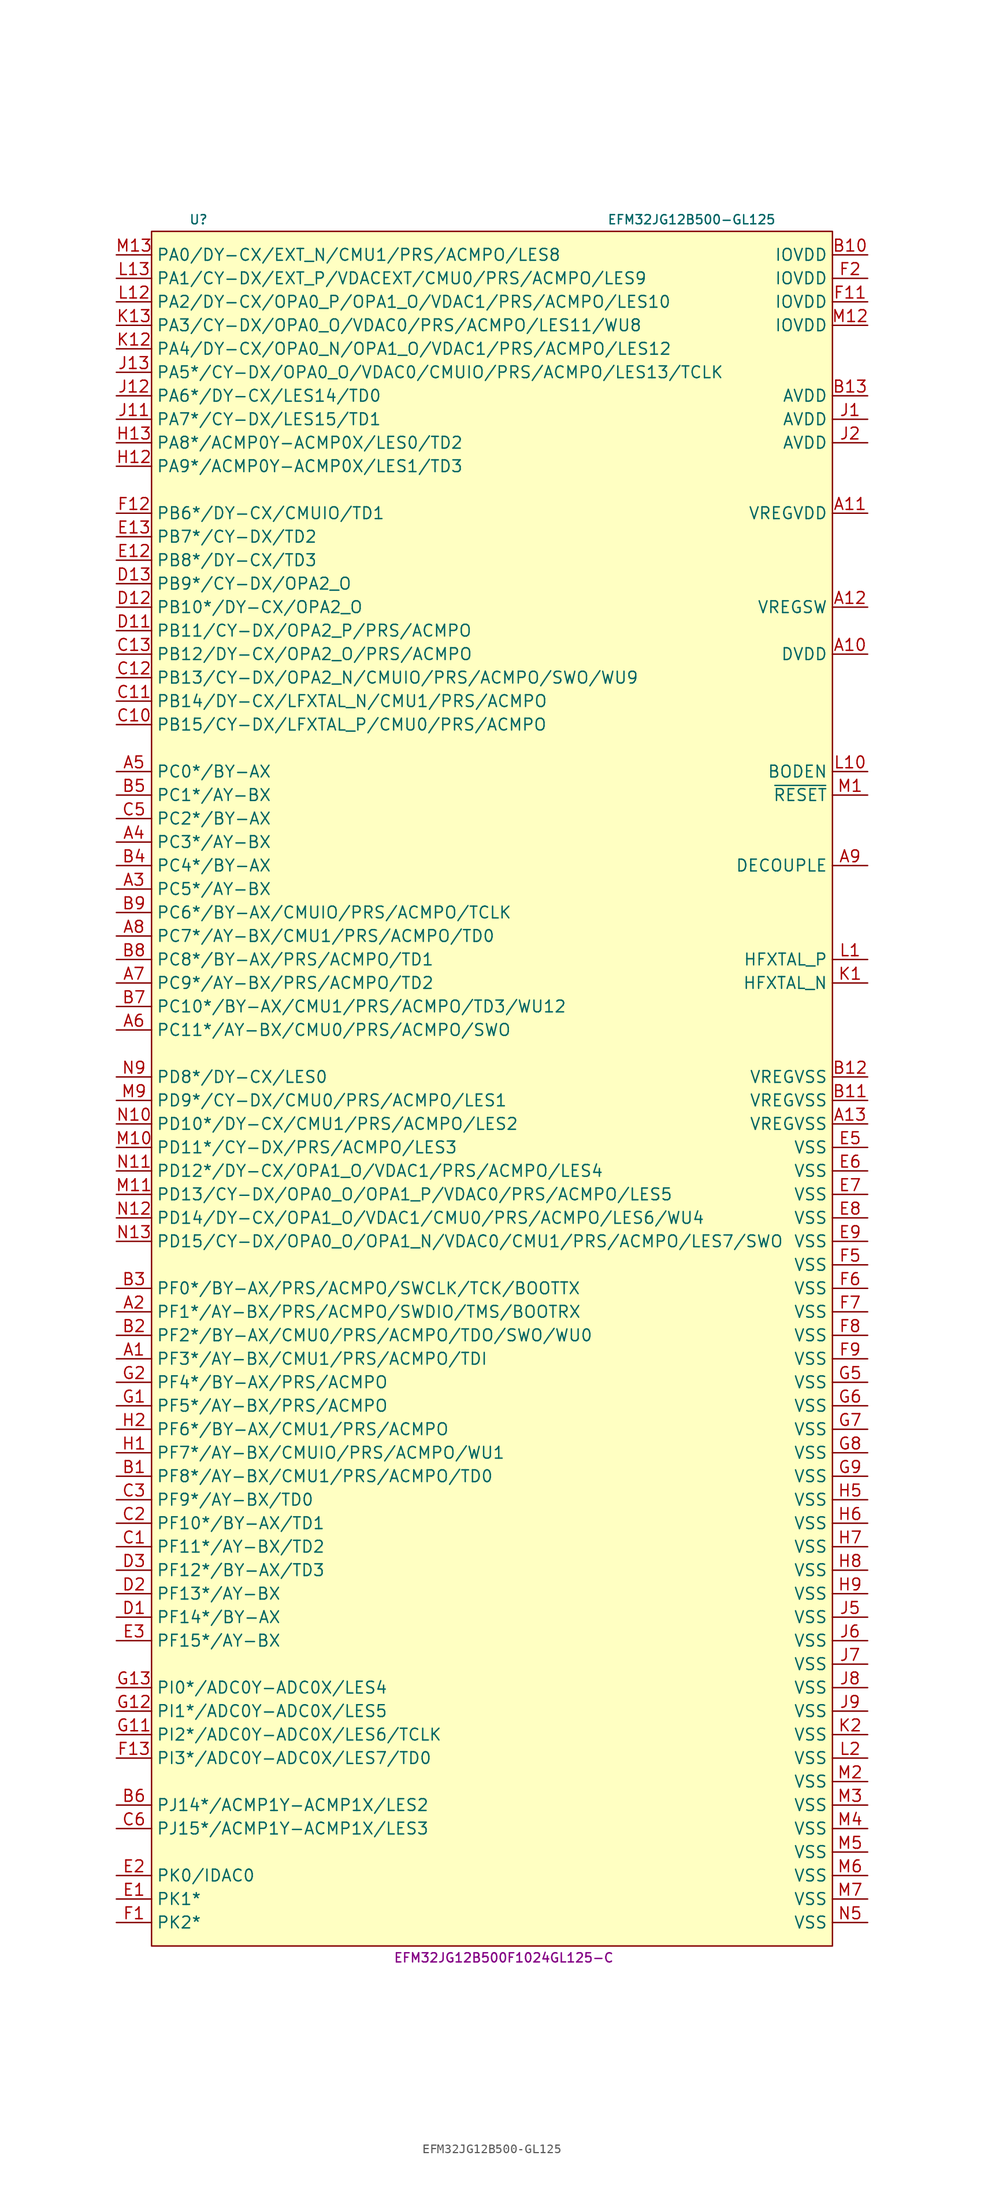
<source format=kicad_sym>
(kicad_symbol_lib
  (version 20231120)
  (generator "kicad_symbol_editor")
  (generator_version "8.0")
  (symbol "EFM32JG12B500-GL125"
    (property "Reference" "U"
      (at -33.02 44.45 0)
      (effects (font (size 0.991 0.991))))
    (property "Value" "EFM32JG12B500-GL125"
      (at 20.32 44.45 0)
      (effects (font (size 0.991 0.991))))
    (property "MPN" "EFM32JG12B500F1024GL125-C"
      (at 0 -143.51 0)
      (effects (font (size 0.991 0.991))))
    (symbol "EFM32JG12B500-GL125_0_1"
      (rectangle (start -38.1 43.18) (end 35.56 -142.24) (stroke (width 0) (type default)) (fill (type background))))
    (symbol "EFM32JG12B500-GL125_1_1"
      (pin bidirectional line (at -41.91 -78.74 0) (length 3.81) (name "PF3*/AY-BX/CMU1/PRS/ACMPO/TDI" (effects (font (size 1.27 1.27)))) (number "A1" (effects (font (size 1.27 1.27)))))
      (pin power_in line (at 39.37 -2.54 180) (length 3.81) (name "DVDD" (effects (font (size 1.27 1.27)))) (number "A10" (effects (font (size 1.27 1.27)))))
      (pin power_in line (at 39.37 12.7 180) (length 3.81) (name "VREGVDD" (effects (font (size 1.27 1.27)))) (number "A11" (effects (font (size 1.27 1.27)))))
      (pin power_out line (at 39.37 2.54 180) (length 3.81) (name "VREGSW" (effects (font (size 1.27 1.27)))) (number "A12" (effects (font (size 1.27 1.27)))))
      (pin power_in line (at 39.37 -53.34 180) (length 3.81) (name "VREGVSS" (effects (font (size 1.27 1.27)))) (number "A13" (effects (font (size 1.27 1.27)))))
      (pin bidirectional line (at -41.91 -73.66 0) (length 3.81) (name "PF1*/AY-BX/PRS/ACMPO/SWDIO/TMS/BOOTRX" (effects (font (size 1.27 1.27)))) (number "A2" (effects (font (size 1.27 1.27)))))
      (pin bidirectional line (at -41.91 -27.94 0) (length 3.81) (name "PC5*/AY-BX" (effects (font (size 1.27 1.27)))) (number "A3" (effects (font (size 1.27 1.27)))))
      (pin bidirectional line (at -41.91 -22.86 0) (length 3.81) (name "PC3*/AY-BX" (effects (font (size 1.27 1.27)))) (number "A4" (effects (font (size 1.27 1.27)))))
      (pin bidirectional line (at -41.91 -15.24 0) (length 3.81) (name "PC0*/BY-AX" (effects (font (size 1.27 1.27)))) (number "A5" (effects (font (size 1.27 1.27)))))
      (pin bidirectional line (at -41.91 -43.18 0) (length 3.81) (name "PC11*/AY-BX/CMU0/PRS/ACMPO/SWO" (effects (font (size 1.27 1.27)))) (number "A6" (effects (font (size 1.27 1.27)))))
      (pin bidirectional line (at -41.91 -38.1 0) (length 3.81) (name "PC9*/AY-BX/PRS/ACMPO/TD2" (effects (font (size 1.27 1.27)))) (number "A7" (effects (font (size 1.27 1.27)))))
      (pin bidirectional line (at -41.91 -33.02 0) (length 3.81) (name "PC7*/AY-BX/CMU1/PRS/ACMPO/TD0" (effects (font (size 1.27 1.27)))) (number "A8" (effects (font (size 1.27 1.27)))))
      (pin power_out line (at 39.37 -25.4 180) (length 3.81) (name "DECOUPLE" (effects (font (size 1.27 1.27)))) (number "A9" (effects (font (size 1.27 1.27)))))
      (pin bidirectional line (at -41.91 -91.44 0) (length 3.81) (name "PF8*/AY-BX/CMU1/PRS/ACMPO/TD0" (effects (font (size 1.27 1.27)))) (number "B1" (effects (font (size 1.27 1.27)))))
      (pin power_in line (at 39.37 40.64 180) (length 3.81) (name "IOVDD" (effects (font (size 1.27 1.27)))) (number "B10" (effects (font (size 1.27 1.27)))))
      (pin power_in line (at 39.37 -50.8 180) (length 3.81) (name "VREGVSS" (effects (font (size 1.27 1.27)))) (number "B11" (effects (font (size 1.27 1.27)))))
      (pin power_in line (at 39.37 -48.26 180) (length 3.81) (name "VREGVSS" (effects (font (size 1.27 1.27)))) (number "B12" (effects (font (size 1.27 1.27)))))
      (pin power_in line (at 39.37 25.4 180) (length 3.81) (name "AVDD" (effects (font (size 1.27 1.27)))) (number "B13" (effects (font (size 1.27 1.27)))))
      (pin bidirectional line (at -41.91 -76.2 0) (length 3.81) (name "PF2*/BY-AX/CMU0/PRS/ACMPO/TDO/SWO/WU0" (effects (font (size 1.27 1.27)))) (number "B2" (effects (font (size 1.27 1.27)))))
      (pin bidirectional line (at -41.91 -71.12 0) (length 3.81) (name "PF0*/BY-AX/PRS/ACMPO/SWCLK/TCK/BOOTTX" (effects (font (size 1.27 1.27)))) (number "B3" (effects (font (size 1.27 1.27)))))
      (pin bidirectional line (at -41.91 -25.4 0) (length 3.81) (name "PC4*/BY-AX" (effects (font (size 1.27 1.27)))) (number "B4" (effects (font (size 1.27 1.27)))))
      (pin bidirectional line (at -41.91 -17.78 0) (length 3.81) (name "PC1*/AY-BX" (effects (font (size 1.27 1.27)))) (number "B5" (effects (font (size 1.27 1.27)))))
      (pin bidirectional line (at -41.91 -127 0) (length 3.81) (name "PJ14*/ACMP1Y-ACMP1X/LES2" (effects (font (size 1.27 1.27)))) (number "B6" (effects (font (size 1.27 1.27)))))
      (pin bidirectional line (at -41.91 -40.64 0) (length 3.81) (name "PC10*/BY-AX/CMU1/PRS/ACMPO/TD3/WU12" (effects (font (size 1.27 1.27)))) (number "B7" (effects (font (size 1.27 1.27)))))
      (pin bidirectional line (at -41.91 -35.56 0) (length 3.81) (name "PC8*/BY-AX/PRS/ACMPO/TD1" (effects (font (size 1.27 1.27)))) (number "B8" (effects (font (size 1.27 1.27)))))
      (pin bidirectional line (at -41.91 -30.48 0) (length 3.81) (name "PC6*/BY-AX/CMUIO/PRS/ACMPO/TCLK" (effects (font (size 1.27 1.27)))) (number "B9" (effects (font (size 1.27 1.27)))))
      (pin bidirectional line (at -41.91 -99.06 0) (length 3.81) (name "PF11*/AY-BX/TD2" (effects (font (size 1.27 1.27)))) (number "C1" (effects (font (size 1.27 1.27)))))
      (pin bidirectional line (at -41.91 -10.16 0) (length 3.81) (name "PB15/CY-DX/LFXTAL_P/CMU0/PRS/ACMPO" (effects (font (size 1.27 1.27)))) (number "C10" (effects (font (size 1.27 1.27)))))
      (pin bidirectional line (at -41.91 -7.62 0) (length 3.81) (name "PB14/DY-CX/LFXTAL_N/CMU1/PRS/ACMPO" (effects (font (size 1.27 1.27)))) (number "C11" (effects (font (size 1.27 1.27)))))
      (pin bidirectional line (at -41.91 -5.08 0) (length 3.81) (name "PB13/CY-DX/OPA2_N/CMUIO/PRS/ACMPO/SWO/WU9" (effects (font (size 1.27 1.27)))) (number "C12" (effects (font (size 1.27 1.27)))))
      (pin bidirectional line (at -41.91 -2.54 0) (length 3.81) (name "PB12/DY-CX/OPA2_O/PRS/ACMPO" (effects (font (size 1.27 1.27)))) (number "C13" (effects (font (size 1.27 1.27)))))
      (pin bidirectional line (at -41.91 -96.52 0) (length 3.81) (name "PF10*/BY-AX/TD1" (effects (font (size 1.27 1.27)))) (number "C2" (effects (font (size 1.27 1.27)))))
      (pin bidirectional line (at -41.91 -93.98 0) (length 3.81) (name "PF9*/AY-BX/TD0" (effects (font (size 1.27 1.27)))) (number "C3" (effects (font (size 1.27 1.27)))))
      (pin bidirectional line (at -41.91 -20.32 0) (length 3.81) (name "PC2*/BY-AX" (effects (font (size 1.27 1.27)))) (number "C5" (effects (font (size 1.27 1.27)))))
      (pin bidirectional line (at -41.91 -129.54 0) (length 3.81) (name "PJ15*/ACMP1Y-ACMP1X/LES3" (effects (font (size 1.27 1.27)))) (number "C6" (effects (font (size 1.27 1.27)))))
      (pin bidirectional line (at -41.91 -106.68 0) (length 3.81) (name "PF14*/BY-AX" (effects (font (size 1.27 1.27)))) (number "D1" (effects (font (size 1.27 1.27)))))
      (pin bidirectional line (at -41.91 0 0) (length 3.81) (name "PB11/CY-DX/OPA2_P/PRS/ACMPO" (effects (font (size 1.27 1.27)))) (number "D11" (effects (font (size 1.27 1.27)))))
      (pin bidirectional line (at -41.91 2.54 0) (length 3.81) (name "PB10*/DY-CX/OPA2_O" (effects (font (size 1.27 1.27)))) (number "D12" (effects (font (size 1.27 1.27)))))
      (pin bidirectional line (at -41.91 5.08 0) (length 3.81) (name "PB9*/CY-DX/OPA2_O" (effects (font (size 1.27 1.27)))) (number "D13" (effects (font (size 1.27 1.27)))))
      (pin bidirectional line (at -41.91 -104.14 0) (length 3.81) (name "PF13*/AY-BX" (effects (font (size 1.27 1.27)))) (number "D2" (effects (font (size 1.27 1.27)))))
      (pin bidirectional line (at -41.91 -101.6 0) (length 3.81) (name "PF12*/BY-AX/TD3" (effects (font (size 1.27 1.27)))) (number "D3" (effects (font (size 1.27 1.27)))))
      (pin bidirectional line (at -41.91 -137.16 0) (length 3.81) (name "PK1*" (effects (font (size 1.27 1.27)))) (number "E1" (effects (font (size 1.27 1.27)))))
      (pin bidirectional line (at -41.91 7.62 0) (length 3.81) (name "PB8*/DY-CX/TD3" (effects (font (size 1.27 1.27)))) (number "E12" (effects (font (size 1.27 1.27)))))
      (pin bidirectional line (at -41.91 10.16 0) (length 3.81) (name "PB7*/CY-DX/TD2" (effects (font (size 1.27 1.27)))) (number "E13" (effects (font (size 1.27 1.27)))))
      (pin bidirectional line (at -41.91 -134.62 0) (length 3.81) (name "PK0/IDAC0" (effects (font (size 1.27 1.27)))) (number "E2" (effects (font (size 1.27 1.27)))))
      (pin bidirectional line (at -41.91 -109.22 0) (length 3.81) (name "PF15*/AY-BX" (effects (font (size 1.27 1.27)))) (number "E3" (effects (font (size 1.27 1.27)))))
      (pin power_in line (at 39.37 -55.88 180) (length 3.81) (name "VSS" (effects (font (size 1.27 1.27)))) (number "E5" (effects (font (size 1.27 1.27)))))
      (pin power_in line (at 39.37 -58.42 180) (length 3.81) (name "VSS" (effects (font (size 1.27 1.27)))) (number "E6" (effects (font (size 1.27 1.27)))))
      (pin power_in line (at 39.37 -60.96 180) (length 3.81) (name "VSS" (effects (font (size 1.27 1.27)))) (number "E7" (effects (font (size 1.27 1.27)))))
      (pin power_in line (at 39.37 -63.5 180) (length 3.81) (name "VSS" (effects (font (size 1.27 1.27)))) (number "E8" (effects (font (size 1.27 1.27)))))
      (pin power_in line (at 39.37 -66.04 180) (length 3.81) (name "VSS" (effects (font (size 1.27 1.27)))) (number "E9" (effects (font (size 1.27 1.27)))))
      (pin bidirectional line (at -41.91 -139.7 0) (length 3.81) (name "PK2*" (effects (font (size 1.27 1.27)))) (number "F1" (effects (font (size 1.27 1.27)))))
      (pin power_in line (at 39.37 35.56 180) (length 3.81) (name "IOVDD" (effects (font (size 1.27 1.27)))) (number "F11" (effects (font (size 1.27 1.27)))))
      (pin bidirectional line (at -41.91 12.7 0) (length 3.81) (name "PB6*/DY-CX/CMUIO/TD1" (effects (font (size 1.27 1.27)))) (number "F12" (effects (font (size 1.27 1.27)))))
      (pin bidirectional line (at -41.91 -121.92 0) (length 3.81) (name "PI3*/ADC0Y-ADC0X/LES7/TD0" (effects (font (size 1.27 1.27)))) (number "F13" (effects (font (size 1.27 1.27)))))
      (pin power_in line (at 39.37 38.1 180) (length 3.81) (name "IOVDD" (effects (font (size 1.27 1.27)))) (number "F2" (effects (font (size 1.27 1.27)))))
      (pin power_in line (at 39.37 -68.58 180) (length 3.81) (name "VSS" (effects (font (size 1.27 1.27)))) (number "F5" (effects (font (size 1.27 1.27)))))
      (pin power_in line (at 39.37 -71.12 180) (length 3.81) (name "VSS" (effects (font (size 1.27 1.27)))) (number "F6" (effects (font (size 1.27 1.27)))))
      (pin power_in line (at 39.37 -73.66 180) (length 3.81) (name "VSS" (effects (font (size 1.27 1.27)))) (number "F7" (effects (font (size 1.27 1.27)))))
      (pin power_in line (at 39.37 -76.2 180) (length 3.81) (name "VSS" (effects (font (size 1.27 1.27)))) (number "F8" (effects (font (size 1.27 1.27)))))
      (pin power_in line (at 39.37 -78.74 180) (length 3.81) (name "VSS" (effects (font (size 1.27 1.27)))) (number "F9" (effects (font (size 1.27 1.27)))))
      (pin bidirectional line (at -41.91 -83.82 0) (length 3.81) (name "PF5*/AY-BX/PRS/ACMPO" (effects (font (size 1.27 1.27)))) (number "G1" (effects (font (size 1.27 1.27)))))
      (pin bidirectional line (at -41.91 -119.38 0) (length 3.81) (name "PI2*/ADC0Y-ADC0X/LES6/TCLK" (effects (font (size 1.27 1.27)))) (number "G11" (effects (font (size 1.27 1.27)))))
      (pin bidirectional line (at -41.91 -116.84 0) (length 3.81) (name "PI1*/ADC0Y-ADC0X/LES5" (effects (font (size 1.27 1.27)))) (number "G12" (effects (font (size 1.27 1.27)))))
      (pin bidirectional line (at -41.91 -114.3 0) (length 3.81) (name "PI0*/ADC0Y-ADC0X/LES4" (effects (font (size 1.27 1.27)))) (number "G13" (effects (font (size 1.27 1.27)))))
      (pin bidirectional line (at -41.91 -81.28 0) (length 3.81) (name "PF4*/BY-AX/PRS/ACMPO" (effects (font (size 1.27 1.27)))) (number "G2" (effects (font (size 1.27 1.27)))))
      (pin power_in line (at 39.37 -81.28 180) (length 3.81) (name "VSS" (effects (font (size 1.27 1.27)))) (number "G5" (effects (font (size 1.27 1.27)))))
      (pin power_in line (at 39.37 -83.82 180) (length 3.81) (name "VSS" (effects (font (size 1.27 1.27)))) (number "G6" (effects (font (size 1.27 1.27)))))
      (pin power_in line (at 39.37 -86.36 180) (length 3.81) (name "VSS" (effects (font (size 1.27 1.27)))) (number "G7" (effects (font (size 1.27 1.27)))))
      (pin power_in line (at 39.37 -88.9 180) (length 3.81) (name "VSS" (effects (font (size 1.27 1.27)))) (number "G8" (effects (font (size 1.27 1.27)))))
      (pin power_in line (at 39.37 -91.44 180) (length 3.81) (name "VSS" (effects (font (size 1.27 1.27)))) (number "G9" (effects (font (size 1.27 1.27)))))
      (pin bidirectional line (at -41.91 -88.9 0) (length 3.81) (name "PF7*/AY-BX/CMUIO/PRS/ACMPO/WU1" (effects (font (size 1.27 1.27)))) (number "H1" (effects (font (size 1.27 1.27)))))
      (pin bidirectional line (at -41.91 17.78 0) (length 3.81) (name "PA9*/ACMP0Y-ACMP0X/LES1/TD3" (effects (font (size 1.27 1.27)))) (number "H12" (effects (font (size 1.27 1.27)))))
      (pin bidirectional line (at -41.91 20.32 0) (length 3.81) (name "PA8*/ACMP0Y-ACMP0X/LES0/TD2" (effects (font (size 1.27 1.27)))) (number "H13" (effects (font (size 1.27 1.27)))))
      (pin bidirectional line (at -41.91 -86.36 0) (length 3.81) (name "PF6*/BY-AX/CMU1/PRS/ACMPO" (effects (font (size 1.27 1.27)))) (number "H2" (effects (font (size 1.27 1.27)))))
      (pin power_in line (at 39.37 -93.98 180) (length 3.81) (name "VSS" (effects (font (size 1.27 1.27)))) (number "H5" (effects (font (size 1.27 1.27)))))
      (pin power_in line (at 39.37 -96.52 180) (length 3.81) (name "VSS" (effects (font (size 1.27 1.27)))) (number "H6" (effects (font (size 1.27 1.27)))))
      (pin power_in line (at 39.37 -99.06 180) (length 3.81) (name "VSS" (effects (font (size 1.27 1.27)))) (number "H7" (effects (font (size 1.27 1.27)))))
      (pin power_in line (at 39.37 -101.6 180) (length 3.81) (name "VSS" (effects (font (size 1.27 1.27)))) (number "H8" (effects (font (size 1.27 1.27)))))
      (pin power_in line (at 39.37 -104.14 180) (length 3.81) (name "VSS" (effects (font (size 1.27 1.27)))) (number "H9" (effects (font (size 1.27 1.27)))))
      (pin power_in line (at 39.37 22.86 180) (length 3.81) (name "AVDD" (effects (font (size 1.27 1.27)))) (number "J1" (effects (font (size 1.27 1.27)))))
      (pin bidirectional line (at -41.91 22.86 0) (length 3.81) (name "PA7*/CY-DX/LES15/TD1" (effects (font (size 1.27 1.27)))) (number "J11" (effects (font (size 1.27 1.27)))))
      (pin bidirectional line (at -41.91 25.4 0) (length 3.81) (name "PA6*/DY-CX/LES14/TD0" (effects (font (size 1.27 1.27)))) (number "J12" (effects (font (size 1.27 1.27)))))
      (pin bidirectional line (at -41.91 27.94 0) (length 3.81) (name "PA5*/CY-DX/OPA0_O/VDAC0/CMUIO/PRS/ACMPO/LES13/TCLK" (effects (font (size 1.27 1.27)))) (number "J13" (effects (font (size 1.27 1.27)))))
      (pin power_in line (at 39.37 20.32 180) (length 3.81) (name "AVDD" (effects (font (size 1.27 1.27)))) (number "J2" (effects (font (size 1.27 1.27)))))
      (pin power_in line (at 39.37 -106.68 180) (length 3.81) (name "VSS" (effects (font (size 1.27 1.27)))) (number "J5" (effects (font (size 1.27 1.27)))))
      (pin power_in line (at 39.37 -109.22 180) (length 3.81) (name "VSS" (effects (font (size 1.27 1.27)))) (number "J6" (effects (font (size 1.27 1.27)))))
      (pin power_in line (at 39.37 -111.76 180) (length 3.81) (name "VSS" (effects (font (size 1.27 1.27)))) (number "J7" (effects (font (size 1.27 1.27)))))
      (pin power_in line (at 39.37 -114.3 180) (length 3.81) (name "VSS" (effects (font (size 1.27 1.27)))) (number "J8" (effects (font (size 1.27 1.27)))))
      (pin power_in line (at 39.37 -116.84 180) (length 3.81) (name "VSS" (effects (font (size 1.27 1.27)))) (number "J9" (effects (font (size 1.27 1.27)))))
      (pin bidirectional line (at 39.37 -38.1 180) (length 3.81) (name "HFXTAL_N" (effects (font (size 1.27 1.27)))) (number "K1" (effects (font (size 1.27 1.27)))))
      (pin bidirectional line (at -41.91 30.48 0) (length 3.81) (name "PA4/DY-CX/OPA0_N/OPA1_O/VDAC1/PRS/ACMPO/LES12" (effects (font (size 1.27 1.27)))) (number "K12" (effects (font (size 1.27 1.27)))))
      (pin bidirectional line (at -41.91 33.02 0) (length 3.81) (name "PA3/CY-DX/OPA0_O/VDAC0/PRS/ACMPO/LES11/WU8" (effects (font (size 1.27 1.27)))) (number "K13" (effects (font (size 1.27 1.27)))))
      (pin power_in line (at 39.37 -119.38 180) (length 3.81) (name "VSS" (effects (font (size 1.27 1.27)))) (number "K2" (effects (font (size 1.27 1.27)))))
      (pin bidirectional line (at 39.37 -35.56 180) (length 3.81) (name "HFXTAL_P" (effects (font (size 1.27 1.27)))) (number "L1" (effects (font (size 1.27 1.27)))))
      (pin input line (at 39.37 -15.24 180) (length 3.81) (name "BODEN" (effects (font (size 1.27 1.27)))) (number "L10" (effects (font (size 1.27 1.27)))))
      (pin bidirectional line (at -41.91 35.56 0) (length 3.81) (name "PA2/DY-CX/OPA0_P/OPA1_O/VDAC1/PRS/ACMPO/LES10" (effects (font (size 1.27 1.27)))) (number "L12" (effects (font (size 1.27 1.27)))))
      (pin bidirectional line (at -41.91 38.1 0) (length 3.81) (name "PA1/CY-DX/EXT_P/VDACEXT/CMU0/PRS/ACMPO/LES9" (effects (font (size 1.27 1.27)))) (number "L13" (effects (font (size 1.27 1.27)))))
      (pin power_in line (at 39.37 -121.92 180) (length 3.81) (name "VSS" (effects (font (size 1.27 1.27)))) (number "L2" (effects (font (size 1.27 1.27)))))
      (pin input line (at 39.37 -17.78 180) (length 3.81) (name "~{RESET}" (effects (font (size 1.27 1.27)))) (number "M1" (effects (font (size 1.27 1.27)))))
      (pin bidirectional line (at -41.91 -55.88 0) (length 3.81) (name "PD11*/CY-DX/PRS/ACMPO/LES3" (effects (font (size 1.27 1.27)))) (number "M10" (effects (font (size 1.27 1.27)))))
      (pin bidirectional line (at -41.91 -60.96 0) (length 3.81) (name "PD13/CY-DX/OPA0_O/OPA1_P/VDAC0/PRS/ACMPO/LES5" (effects (font (size 1.27 1.27)))) (number "M11" (effects (font (size 1.27 1.27)))))
      (pin power_in line (at 39.37 33.02 180) (length 3.81) (name "IOVDD" (effects (font (size 1.27 1.27)))) (number "M12" (effects (font (size 1.27 1.27)))))
      (pin bidirectional line (at -41.91 40.64 0) (length 3.81) (name "PA0/DY-CX/EXT_N/CMU1/PRS/ACMPO/LES8" (effects (font (size 1.27 1.27)))) (number "M13" (effects (font (size 1.27 1.27)))))
      (pin power_in line (at 39.37 -124.46 180) (length 3.81) (name "VSS" (effects (font (size 1.27 1.27)))) (number "M2" (effects (font (size 1.27 1.27)))))
      (pin power_in line (at 39.37 -127 180) (length 3.81) (name "VSS" (effects (font (size 1.27 1.27)))) (number "M3" (effects (font (size 1.27 1.27)))))
      (pin power_in line (at 39.37 -129.54 180) (length 3.81) (name "VSS" (effects (font (size 1.27 1.27)))) (number "M4" (effects (font (size 1.27 1.27)))))
      (pin power_in line (at 39.37 -132.08 180) (length 3.81) (name "VSS" (effects (font (size 1.27 1.27)))) (number "M5" (effects (font (size 1.27 1.27)))))
      (pin power_in line (at 39.37 -134.62 180) (length 3.81) (name "VSS" (effects (font (size 1.27 1.27)))) (number "M6" (effects (font (size 1.27 1.27)))))
      (pin power_in line (at 39.37 -137.16 180) (length 3.81) (name "VSS" (effects (font (size 1.27 1.27)))) (number "M7" (effects (font (size 1.27 1.27)))))
      (pin bidirectional line (at -41.91 -50.8 0) (length 3.81) (name "PD9*/CY-DX/CMU0/PRS/ACMPO/LES1" (effects (font (size 1.27 1.27)))) (number "M9" (effects (font (size 1.27 1.27)))))
      (pin bidirectional line (at -41.91 -53.34 0) (length 3.81) (name "PD10*/DY-CX/CMU1/PRS/ACMPO/LES2" (effects (font (size 1.27 1.27)))) (number "N10" (effects (font (size 1.27 1.27)))))
      (pin bidirectional line (at -41.91 -58.42 0) (length 3.81) (name "PD12*/DY-CX/OPA1_O/VDAC1/PRS/ACMPO/LES4" (effects (font (size 1.27 1.27)))) (number "N11" (effects (font (size 1.27 1.27)))))
      (pin bidirectional line (at -41.91 -63.5 0) (length 3.81) (name "PD14/DY-CX/OPA1_O/VDAC1/CMU0/PRS/ACMPO/LES6/WU4" (effects (font (size 1.27 1.27)))) (number "N12" (effects (font (size 1.27 1.27)))))
      (pin bidirectional line (at -41.91 -66.04 0) (length 3.81) (name "PD15/CY-DX/OPA0_O/OPA1_N/VDAC0/CMU1/PRS/ACMPO/LES7/SWO" (effects (font (size 1.27 1.27)))) (number "N13" (effects (font (size 1.27 1.27)))))
      (pin power_in line (at 39.37 -139.7 180) (length 3.81) (name "VSS" (effects (font (size 1.27 1.27)))) (number "N5" (effects (font (size 1.27 1.27)))))
      (pin bidirectional line (at -41.91 -48.26 0) (length 3.81) (name "PD8*/DY-CX/LES0" (effects (font (size 1.27 1.27)))) (number "N9" (effects (font (size 1.27 1.27))))))))
</source>
